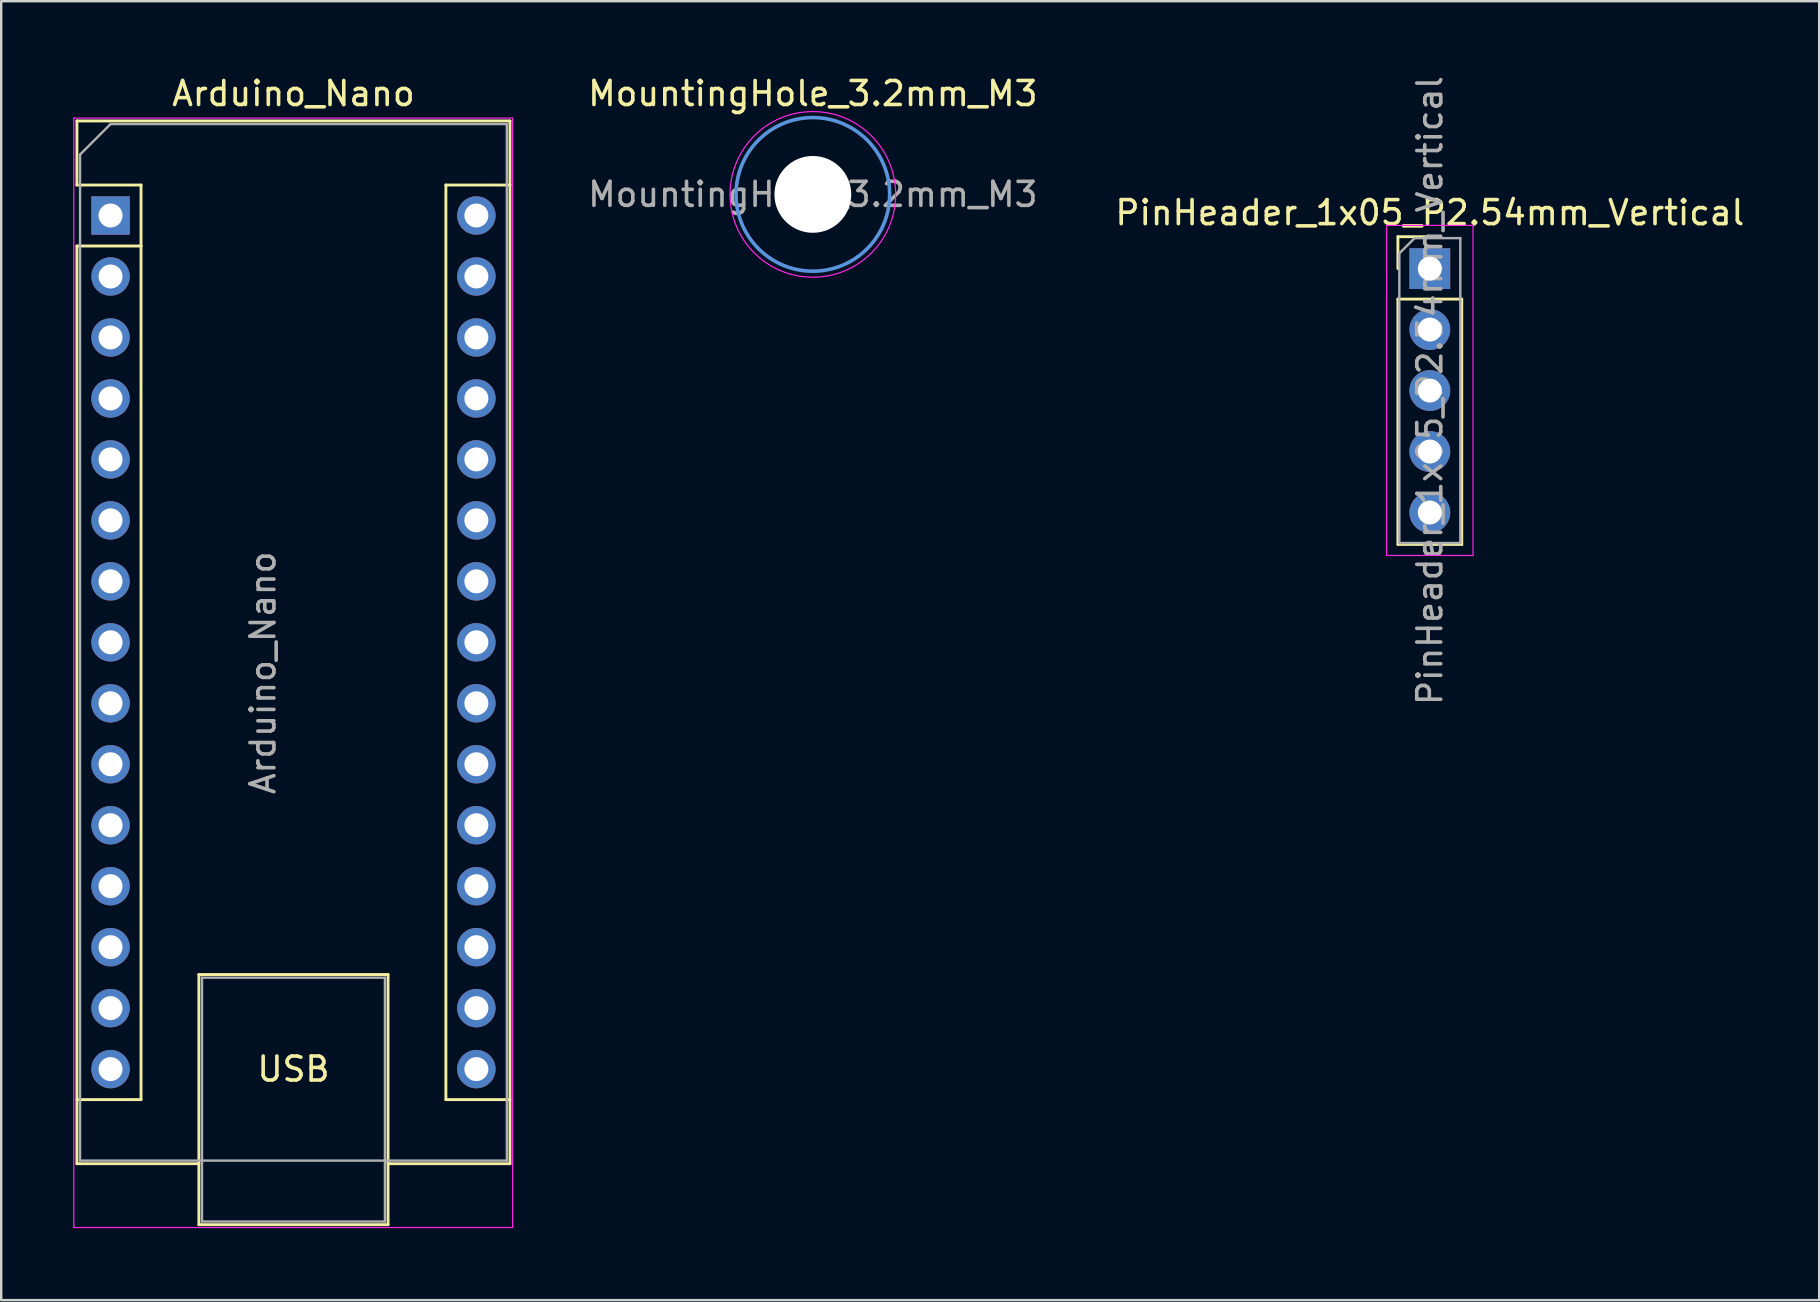
<source format=kicad_pcb>
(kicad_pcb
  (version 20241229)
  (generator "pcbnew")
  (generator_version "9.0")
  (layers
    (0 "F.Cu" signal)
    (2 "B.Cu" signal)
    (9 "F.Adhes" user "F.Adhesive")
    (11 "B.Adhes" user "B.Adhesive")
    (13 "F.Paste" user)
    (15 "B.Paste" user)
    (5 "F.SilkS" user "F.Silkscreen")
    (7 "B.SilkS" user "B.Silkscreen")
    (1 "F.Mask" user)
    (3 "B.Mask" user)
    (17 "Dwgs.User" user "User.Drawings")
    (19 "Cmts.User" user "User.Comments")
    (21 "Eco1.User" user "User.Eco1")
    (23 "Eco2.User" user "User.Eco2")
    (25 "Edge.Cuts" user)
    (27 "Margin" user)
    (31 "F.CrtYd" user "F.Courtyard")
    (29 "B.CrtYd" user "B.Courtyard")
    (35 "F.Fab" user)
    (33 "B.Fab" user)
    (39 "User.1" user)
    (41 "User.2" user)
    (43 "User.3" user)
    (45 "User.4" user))
  (footprint "MountingHole_3.2mm_M3"
    (layer "F.Cu")
    (at 30.812 5.048)
    (property "Reference" "MountingHole_3.2mm_M3" (at 0 -4.2 0) (layer "F.SilkS") (effects (font (size 1 1) (thickness 0.15))))
    (attr exclude_from_pos_files exclude_from_bom)
    (fp_circle (center 0 0) (end 3.2 0) (stroke (width 0.15) (type solid)) (fill no) (layer "Cmts.User"))
    (fp_circle (center 0 0) (end 3.45 0) (stroke (width 0.05) (type solid)) (fill no) (layer "F.CrtYd"))
    (fp_text user "${REFERENCE}" (at 0 0 0) (layer "F.Fab") (effects (font (size 1 1) (thickness 0.15))))
    (pad "" np_thru_hole circle (at 0 0) (size 3.2 3.2) (drill 3.2) (layers "*.Cu" "*.Mask")))
  (footprint "PinHeader_1x05_P2.54mm_Vertical"
    (layer "F.Cu")
    (at 56.515 8.14)
    (property "Reference" "PinHeader_1x05_P2.54mm_Vertical" (at 0 -2.33 0) (layer "F.SilkS") (effects (font (size 1 1) (thickness 0.15))))
    (attr through_hole)
    (fp_line (start -1.33 -1.33) (end 0 -1.33) (stroke (width 0.12) (type solid)) (layer "F.SilkS"))
    (fp_line (start -1.33 0) (end -1.33 -1.33) (stroke (width 0.12) (type solid)) (layer "F.SilkS"))
    (fp_line (start -1.33 1.27) (end -1.33 11.49) (stroke (width 0.12) (type solid)) (layer "F.SilkS"))
    (fp_line (start -1.33 1.27) (end 1.33 1.27) (stroke (width 0.12) (type solid)) (layer "F.SilkS"))
    (fp_line (start -1.33 11.49) (end 1.33 11.49) (stroke (width 0.12) (type solid)) (layer "F.SilkS"))
    (fp_line (start 1.33 1.27) (end 1.33 11.49) (stroke (width 0.12) (type solid)) (layer "F.SilkS"))
    (fp_line (start -1.8 -1.8) (end -1.8 11.95) (stroke (width 0.05) (type solid)) (layer "F.CrtYd"))
    (fp_line (start -1.8 11.95) (end 1.8 11.95) (stroke (width 0.05) (type solid)) (layer "F.CrtYd"))
    (fp_line (start 1.8 -1.8) (end -1.8 -1.8) (stroke (width 0.05) (type solid)) (layer "F.CrtYd"))
    (fp_line (start 1.8 11.95) (end 1.8 -1.8) (stroke (width 0.05) (type solid)) (layer "F.CrtYd"))
    (fp_line (start -1.27 -0.635) (end -0.635 -1.27) (stroke (width 0.1) (type solid)) (layer "F.Fab"))
    (fp_line (start -1.27 11.43) (end -1.27 -0.635) (stroke (width 0.1) (type solid)) (layer "F.Fab"))
    (fp_line (start -0.635 -1.27) (end 1.27 -1.27) (stroke (width 0.1) (type solid)) (layer "F.Fab"))
    (fp_line (start 1.27 -1.27) (end 1.27 11.43) (stroke (width 0.1) (type solid)) (layer "F.Fab"))
    (fp_line (start 1.27 11.43) (end -1.27 11.43) (stroke (width 0.1) (type solid)) (layer "F.Fab"))
    (fp_text user "${REFERENCE}" (at 0 5.08 90) (layer "F.Fab") (effects (font (size 1 1) (thickness 0.15))))
    (pad "1" thru_hole rect (at 0 0) (size 1.7 1.7) (drill 1) (layers "*.Cu" "*.Mask"))
    (pad "2" thru_hole oval (at 0 2.54) (size 1.7 1.7) (drill 1) (layers "*.Cu" "*.Mask"))
    (pad "3" thru_hole oval (at 0 5.08) (size 1.7 1.7) (drill 1) (layers "*.Cu" "*.Mask"))
    (pad "4" thru_hole oval (at 0 7.62) (size 1.7 1.7) (drill 1) (layers "*.Cu" "*.Mask"))
    (pad "5" thru_hole oval (at 0 10.16) (size 1.7 1.7) (drill 1) (layers "*.Cu" "*.Mask")))
  (footprint "Arduino_Nano"
    (layer "F.Cu")
    (at 1.555 5.928)
    (property "Reference" "Arduino_Nano" (at 7.62 -5.08 0) (layer "F.SilkS") (effects (font (size 1 1) (thickness 0.15))))
    (attr through_hole)
    (fp_line (start -1.4 -3.94) (end -1.4 -1.27) (stroke (width 0.12) (type solid)) (layer "F.SilkS"))
    (fp_line (start -1.4 1.27) (end -1.4 39.5) (stroke (width 0.12) (type solid)) (layer "F.SilkS"))
    (fp_line (start -1.4 39.5) (end 3.68 39.5) (stroke (width 0.12) (type solid)) (layer "F.SilkS"))
    (fp_line (start 1.27 -1.27) (end -1.4 -1.27) (stroke (width 0.12) (type solid)) (layer "F.SilkS"))
    (fp_line (start 1.27 1.27) (end -1.4 1.27) (stroke (width 0.12) (type solid)) (layer "F.SilkS"))
    (fp_line (start 1.27 1.27) (end 1.27 -1.27) (stroke (width 0.12) (type solid)) (layer "F.SilkS"))
    (fp_line (start 1.27 1.27) (end 1.27 36.83) (stroke (width 0.12) (type solid)) (layer "F.SilkS"))
    (fp_line (start 1.27 36.83) (end -1.4 36.83) (stroke (width 0.12) (type solid)) (layer "F.SilkS"))
    (fp_line (start 3.68 31.62) (end 11.56 31.62) (stroke (width 0.12) (type solid)) (layer "F.SilkS"))
    (fp_line (start 3.68 42.04) (end 3.68 31.62) (stroke (width 0.12) (type solid)) (layer "F.SilkS"))
    (fp_line (start 11.56 31.62) (end 11.56 42.04) (stroke (width 0.12) (type solid)) (layer "F.SilkS"))
    (fp_line (start 11.56 42.04) (end 3.68 42.04) (stroke (width 0.12) (type solid)) (layer "F.SilkS"))
    (fp_line (start 13.97 -1.27) (end 13.97 36.83) (stroke (width 0.12) (type solid)) (layer "F.SilkS"))
    (fp_line (start 13.97 -1.27) (end 16.64 -1.27) (stroke (width 0.12) (type solid)) (layer "F.SilkS"))
    (fp_line (start 13.97 36.83) (end 16.64 36.83) (stroke (width 0.12) (type solid)) (layer "F.SilkS"))
    (fp_line (start 16.64 -3.94) (end -1.4 -3.94) (stroke (width 0.12) (type solid)) (layer "F.SilkS"))
    (fp_line (start 16.64 39.5) (end 11.56 39.5) (stroke (width 0.12) (type solid)) (layer "F.SilkS"))
    (fp_line (start 16.64 39.5) (end 16.64 -3.94) (stroke (width 0.12) (type solid)) (layer "F.SilkS"))
    (fp_line (start -1.53 -4.06) (end -1.53 42.16) (stroke (width 0.05) (type solid)) (layer "F.CrtYd"))
    (fp_line (start -1.53 -4.06) (end 16.75 -4.06) (stroke (width 0.05) (type solid)) (layer "F.CrtYd"))
    (fp_line (start 16.75 42.16) (end -1.53 42.16) (stroke (width 0.05) (type solid)) (layer "F.CrtYd"))
    (fp_line (start 16.75 42.16) (end 16.75 -4.06) (stroke (width 0.05) (type solid)) (layer "F.CrtYd"))
    (fp_line (start -1.27 -2.54) (end 0 -3.81) (stroke (width 0.1) (type solid)) (layer "F.Fab"))
    (fp_line (start -1.27 39.37) (end -1.27 -2.54) (stroke (width 0.1) (type solid)) (layer "F.Fab"))
    (fp_line (start 0 -3.81) (end 16.51 -3.81) (stroke (width 0.1) (type solid)) (layer "F.Fab"))
    (fp_line (start 3.81 31.75) (end 11.43 31.75) (stroke (width 0.1) (type solid)) (layer "F.Fab"))
    (fp_line (start 3.81 41.91) (end 3.81 31.75) (stroke (width 0.1) (type solid)) (layer "F.Fab"))
    (fp_line (start 11.43 31.75) (end 11.43 41.91) (stroke (width 0.1) (type solid)) (layer "F.Fab"))
    (fp_line (start 11.43 41.91) (end 3.81 41.91) (stroke (width 0.1) (type solid)) (layer "F.Fab"))
    (fp_line (start 16.51 -3.81) (end 16.51 39.37) (stroke (width 0.1) (type solid)) (layer "F.Fab"))
    (fp_line (start 16.51 39.37) (end -1.27 39.37) (stroke (width 0.1) (type solid)) (layer "F.Fab"))
    (fp_text user "USB" (at 7.62 35.56 0) (unlocked yes) (layer "F.SilkS") (effects (font (size 1 1) (thickness 0.15))))
    (fp_text user "${REFERENCE}" (at 6.35 19.05 90) (layer "F.Fab") (effects (font (size 1 1) (thickness 0.15))))
    (pad "1" thru_hole rect (at 0 0) (size 1.6 1.6) (drill 1) (layers "*.Cu" "*.Mask"))
    (pad "2" thru_hole oval (at 0 2.54) (size 1.6 1.6) (drill 1) (layers "*.Cu" "*.Mask"))
    (pad "3" thru_hole oval (at 0 5.08) (size 1.6 1.6) (drill 1) (layers "*.Cu" "*.Mask"))
    (pad "4" thru_hole oval (at 0 7.62) (size 1.6 1.6) (drill 1) (layers "*.Cu" "*.Mask"))
    (pad "5" thru_hole oval (at 0 10.16) (size 1.6 1.6) (drill 1) (layers "*.Cu" "*.Mask"))
    (pad "6" thru_hole oval (at 0 12.7) (size 1.6 1.6) (drill 1) (layers "*.Cu" "*.Mask"))
    (pad "7" thru_hole oval (at 0 15.24) (size 1.6 1.6) (drill 1) (layers "*.Cu" "*.Mask"))
    (pad "8" thru_hole oval (at 0 17.78) (size 1.6 1.6) (drill 1) (layers "*.Cu" "*.Mask"))
    (pad "9" thru_hole oval (at 0 20.32) (size 1.6 1.6) (drill 1) (layers "*.Cu" "*.Mask"))
    (pad "10" thru_hole oval (at 0 22.86) (size 1.6 1.6) (drill 1) (layers "*.Cu" "*.Mask"))
    (pad "11" thru_hole oval (at 0 25.4) (size 1.6 1.6) (drill 1) (layers "*.Cu" "*.Mask"))
    (pad "12" thru_hole oval (at 0 27.94) (size 1.6 1.6) (drill 1) (layers "*.Cu" "*.Mask"))
    (pad "13" thru_hole oval (at 0 30.48) (size 1.6 1.6) (drill 1) (layers "*.Cu" "*.Mask"))
    (pad "14" thru_hole oval (at 0 33.02) (size 1.6 1.6) (drill 1) (layers "*.Cu" "*.Mask"))
    (pad "15" thru_hole oval (at 0 35.56) (size 1.6 1.6) (drill 1) (layers "*.Cu" "*.Mask"))
    (pad "16" thru_hole oval (at 15.24 35.56) (size 1.6 1.6) (drill 1) (layers "*.Cu" "*.Mask"))
    (pad "17" thru_hole oval (at 15.24 33.02) (size 1.6 1.6) (drill 1) (layers "*.Cu" "*.Mask"))
    (pad "18" thru_hole oval (at 15.24 30.48) (size 1.6 1.6) (drill 1) (layers "*.Cu" "*.Mask"))
    (pad "19" thru_hole oval (at 15.24 27.94) (size 1.6 1.6) (drill 1) (layers "*.Cu" "*.Mask"))
    (pad "20" thru_hole oval (at 15.24 25.4) (size 1.6 1.6) (drill 1) (layers "*.Cu" "*.Mask"))
    (pad "21" thru_hole oval (at 15.24 22.86) (size 1.6 1.6) (drill 1) (layers "*.Cu" "*.Mask"))
    (pad "22" thru_hole oval (at 15.24 20.32) (size 1.6 1.6) (drill 1) (layers "*.Cu" "*.Mask"))
    (pad "23" thru_hole oval (at 15.24 17.78) (size 1.6 1.6) (drill 1) (layers "*.Cu" "*.Mask"))
    (pad "24" thru_hole oval (at 15.24 15.24) (size 1.6 1.6) (drill 1) (layers "*.Cu" "*.Mask"))
    (pad "25" thru_hole oval (at 15.24 12.7) (size 1.6 1.6) (drill 1) (layers "*.Cu" "*.Mask"))
    (pad "26" thru_hole oval (at 15.24 10.16) (size 1.6 1.6) (drill 1) (layers "*.Cu" "*.Mask"))
    (pad "27" thru_hole oval (at 15.24 7.62) (size 1.6 1.6) (drill 1) (layers "*.Cu" "*.Mask"))
    (pad "28" thru_hole oval (at 15.24 5.08) (size 1.6 1.6) (drill 1) (layers "*.Cu" "*.Mask"))
    (pad "29" thru_hole oval (at 15.24 2.54) (size 1.6 1.6) (drill 1) (layers "*.Cu" "*.Mask"))
    (pad "30" thru_hole oval (at 15.24 0) (size 1.6 1.6) (drill 1) (layers "*.Cu" "*.Mask")))
  (gr_rect
    (start -3 -3)
    (end 72.735 51.113)
    (stroke (width 0.1) (type default))
    (fill no)
    (layer "Edge.Cuts")))
</source>
